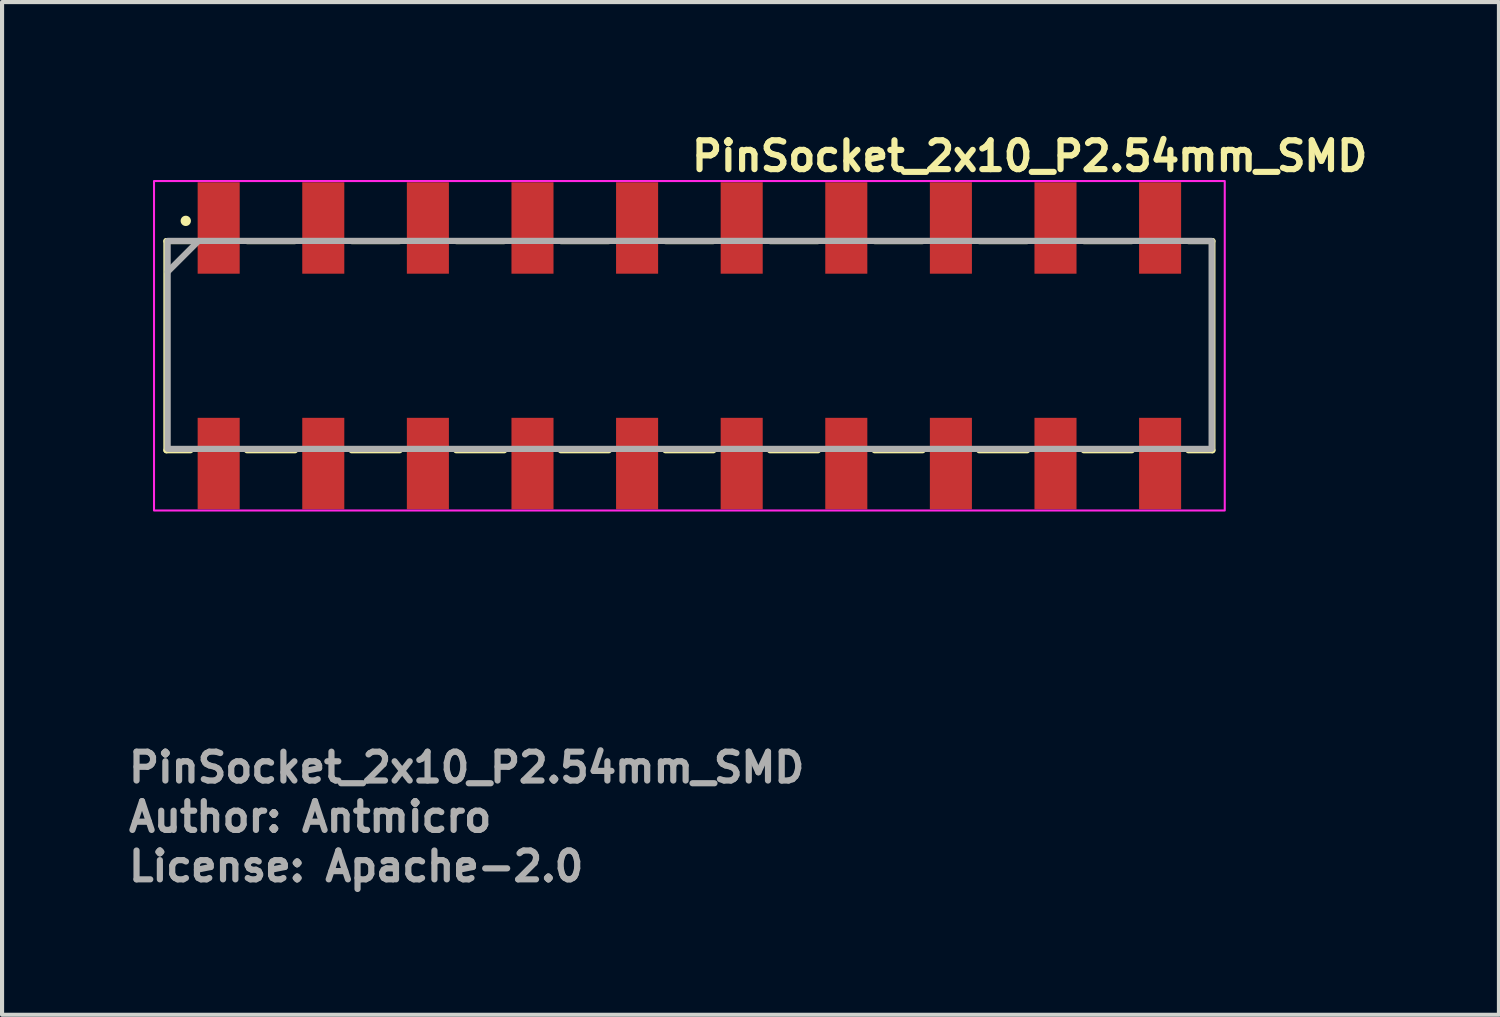
<source format=kicad_pcb>
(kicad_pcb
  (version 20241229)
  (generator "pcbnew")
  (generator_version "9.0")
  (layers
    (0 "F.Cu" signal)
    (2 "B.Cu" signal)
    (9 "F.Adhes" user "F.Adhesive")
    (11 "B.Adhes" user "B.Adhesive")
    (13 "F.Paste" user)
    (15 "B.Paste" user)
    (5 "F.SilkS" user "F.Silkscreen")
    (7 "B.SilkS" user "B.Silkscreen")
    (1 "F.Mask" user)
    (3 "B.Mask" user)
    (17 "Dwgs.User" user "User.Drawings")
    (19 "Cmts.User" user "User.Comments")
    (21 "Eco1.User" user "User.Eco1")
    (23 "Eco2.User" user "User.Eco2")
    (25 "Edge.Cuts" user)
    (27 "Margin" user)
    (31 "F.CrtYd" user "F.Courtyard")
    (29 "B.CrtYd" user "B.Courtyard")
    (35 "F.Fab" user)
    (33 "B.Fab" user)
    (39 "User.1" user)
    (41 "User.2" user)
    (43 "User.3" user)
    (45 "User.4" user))
  (footprint "PinSocket_2x10_P2.54mm_SMD"
    (layer "F.Cu")
    (at 13.69 5.346)
    (property "Reference" "PinSocket_2x10_P2.54mm_SMD" (at -0.019 -4.196 0) (unlocked yes) (layer "F.SilkS") (effects (font (size 0.7 0.7) (thickness 0.15)) (justify left bottom)))
    (attr smd)
    (fp_line (start -12.699 -2.542) (end -12.699 2.537) (stroke (width 0.15) (type solid)) (layer "F.SilkS"))
    (fp_line (start -12.116 -2.542) (end -12.699 -2.542) (stroke (width 0.15) (type solid)) (layer "F.SilkS"))
    (fp_line (start -12.116 2.537) (end -12.699 2.537) (stroke (width 0.15) (type solid)) (layer "F.SilkS"))
    (fp_line (start -9.576 -2.542) (end -10.742 -2.542) (stroke (width 0.15) (type solid)) (layer "F.SilkS"))
    (fp_line (start -9.576 2.537) (end -10.742 2.537) (stroke (width 0.15) (type solid)) (layer "F.SilkS"))
    (fp_line (start -7.036 -2.542) (end -8.202 -2.542) (stroke (width 0.15) (type solid)) (layer "F.SilkS"))
    (fp_line (start -7.036 2.537) (end -8.202 2.537) (stroke (width 0.15) (type solid)) (layer "F.SilkS"))
    (fp_line (start -4.496 -2.542) (end -5.662 -2.542) (stroke (width 0.15) (type solid)) (layer "F.SilkS"))
    (fp_line (start -4.496 2.537) (end -5.662 2.537) (stroke (width 0.15) (type solid)) (layer "F.SilkS"))
    (fp_line (start -1.956 -2.542) (end -3.122 -2.542) (stroke (width 0.15) (type solid)) (layer "F.SilkS"))
    (fp_line (start -1.956 2.537) (end -3.122 2.537) (stroke (width 0.15) (type solid)) (layer "F.SilkS"))
    (fp_line (start 0.583 -2.542) (end -0.582 -2.542) (stroke (width 0.15) (type solid)) (layer "F.SilkS"))
    (fp_line (start 0.583 2.537) (end -0.582 2.537) (stroke (width 0.15) (type solid)) (layer "F.SilkS"))
    (fp_line (start 3.123 -2.542) (end 1.957 -2.542) (stroke (width 0.15) (type solid)) (layer "F.SilkS"))
    (fp_line (start 3.123 2.537) (end 1.957 2.537) (stroke (width 0.15) (type solid)) (layer "F.SilkS"))
    (fp_line (start 5.663 -2.542) (end 4.497 -2.542) (stroke (width 0.15) (type solid)) (layer "F.SilkS"))
    (fp_line (start 5.663 2.537) (end 4.497 2.537) (stroke (width 0.15) (type solid)) (layer "F.SilkS"))
    (fp_line (start 8.203 -2.542) (end 7.037 -2.542) (stroke (width 0.15) (type solid)) (layer "F.SilkS"))
    (fp_line (start 8.203 2.537) (end 7.037 2.537) (stroke (width 0.15) (type solid)) (layer "F.SilkS"))
    (fp_line (start 10.743 -2.542) (end 9.577 -2.542) (stroke (width 0.15) (type solid)) (layer "F.SilkS"))
    (fp_line (start 10.743 2.537) (end 9.577 2.537) (stroke (width 0.15) (type solid)) (layer "F.SilkS"))
    (fp_line (start 12.7 -2.542) (end 12.117 -2.542) (stroke (width 0.15) (type solid)) (layer "F.SilkS"))
    (fp_line (start 12.7 -2.542) (end 12.7 2.537) (stroke (width 0.15) (type solid)) (layer "F.SilkS"))
    (fp_line (start 12.7 2.537) (end 12.117 2.537) (stroke (width 0.15) (type solid)) (layer "F.SilkS"))
    (fp_circle (center -12.229 -3.033) (end -12.279 -3.033) (stroke (width 0.15) (type solid)) (fill yes) (layer "F.SilkS"))
    (fp_rect (start 13 4) (end -13 -4) (stroke (width 0.05) (type solid)) (fill no) (layer "F.CrtYd"))
    (fp_line (start -11.919 -2.546) (end -12.669 -1.796) (stroke (width 0.15) (type solid)) (layer "F.Fab"))
    (fp_rect (start -12.669 -2.546) (end 12.681 2.504) (stroke (width 0.15) (type solid)) (fill no) (layer "F.Fab"))
    (fp_rect (start 12.7 3.525) (end -12.7 -3.525) (stroke (width 0.1) (type solid)) (fill no) (layer "User.5"))
    (fp_line (start -12.702 -2.532) (end -12.702 2.548) (stroke (width 0.02) (type solid)) (layer "User.9"))
    (fp_line (start -12.702 2.548) (end 12.696 2.548) (stroke (width 0.02) (type solid)) (layer "User.9"))
    (fp_line (start -11.877 -1.706) (end -11.877 -0.817) (stroke (width 0.02) (type solid)) (layer "User.9"))
    (fp_line (start -11.877 -0.817) (end -10.988 -0.817) (stroke (width 0.02) (type solid)) (layer "User.9"))
    (fp_line (start -11.877 0.833) (end -11.877 1.722) (stroke (width 0.02) (type solid)) (layer "User.9"))
    (fp_line (start -11.877 1.722) (end -10.988 1.722) (stroke (width 0.02) (type solid)) (layer "User.9"))
    (fp_line (start -11.686 -3.509) (end -11.179 -3.509) (stroke (width 0.02) (type solid)) (layer "User.9"))
    (fp_line (start -11.686 -2.532) (end -11.686 -3.509) (stroke (width 0.02) (type solid)) (layer "User.9"))
    (fp_line (start -11.686 -1.706) (end -10.988 -1.706) (stroke (width 0.02) (type solid)) (layer "User.9"))
    (fp_line (start -11.686 1.722) (end -10.988 1.722) (stroke (width 0.02) (type solid)) (layer "User.9"))
    (fp_line (start -11.686 3.525) (end -11.686 2.548) (stroke (width 0.02) (type solid)) (layer "User.9"))
    (fp_line (start -11.686 3.525) (end -11.179 3.525) (stroke (width 0.02) (type solid)) (layer "User.9"))
    (fp_line (start -11.179 -3.509) (end -11.179 -2.532) (stroke (width 0.02) (type solid)) (layer "User.9"))
    (fp_line (start -11.179 2.548) (end -11.179 3.525) (stroke (width 0.02) (type solid)) (layer "User.9"))
    (fp_line (start -10.988 -1.706) (end -11.877 -1.706) (stroke (width 0.02) (type solid)) (layer "User.9"))
    (fp_line (start -10.988 -0.817) (end -10.988 -1.706) (stroke (width 0.02) (type solid)) (layer "User.9"))
    (fp_line (start -10.988 0.833) (end -11.877 0.833) (stroke (width 0.02) (type solid)) (layer "User.9"))
    (fp_line (start -10.988 1.722) (end -10.988 0.833) (stroke (width 0.02) (type solid)) (layer "User.9"))
    (fp_line (start -10.353 0.77) (end -10.353 -0.754) (stroke (width 0.02) (type solid)) (layer "User.9"))
    (fp_line (start -9.972 -0.754) (end -10.353 -0.754) (stroke (width 0.02) (type solid)) (layer "User.9"))
    (fp_line (start -9.972 -0.754) (end -9.972 0.77) (stroke (width 0.02) (type solid)) (layer "User.9"))
    (fp_line (start -9.972 0.77) (end -10.353 0.77) (stroke (width 0.02) (type solid)) (layer "User.9"))
    (fp_line (start -9.337 -1.706) (end -9.337 -0.817) (stroke (width 0.02) (type solid)) (layer "User.9"))
    (fp_line (start -9.337 -1.706) (end -8.448 -1.706) (stroke (width 0.02) (type solid)) (layer "User.9"))
    (fp_line (start -9.337 -0.817) (end -8.448 -0.817) (stroke (width 0.02) (type solid)) (layer "User.9"))
    (fp_line (start -9.337 0.833) (end -9.337 1.722) (stroke (width 0.02) (type solid)) (layer "User.9"))
    (fp_line (start -9.337 1.722) (end -8.448 1.722) (stroke (width 0.02) (type solid)) (layer "User.9"))
    (fp_line (start -9.337 1.722) (end -8.448 1.722) (stroke (width 0.02) (type solid)) (layer "User.9"))
    (fp_line (start -9.147 -3.509) (end -8.638 -3.509) (stroke (width 0.02) (type solid)) (layer "User.9"))
    (fp_line (start -9.147 -2.532) (end -9.147 -3.509) (stroke (width 0.02) (type solid)) (layer "User.9"))
    (fp_line (start -9.147 3.525) (end -9.147 2.548) (stroke (width 0.02) (type solid)) (layer "User.9"))
    (fp_line (start -9.147 3.525) (end -8.638 3.525) (stroke (width 0.02) (type solid)) (layer "User.9"))
    (fp_line (start -8.638 -3.509) (end -8.638 -2.532) (stroke (width 0.02) (type solid)) (layer "User.9"))
    (fp_line (start -8.638 2.548) (end -8.638 3.525) (stroke (width 0.02) (type solid)) (layer "User.9"))
    (fp_line (start -8.448 -1.706) (end -9.337 -1.706) (stroke (width 0.02) (type solid)) (layer "User.9"))
    (fp_line (start -8.448 -0.817) (end -8.448 -1.706) (stroke (width 0.02) (type solid)) (layer "User.9"))
    (fp_line (start -8.448 0.833) (end -9.337 0.833) (stroke (width 0.02) (type solid)) (layer "User.9"))
    (fp_line (start -8.448 1.722) (end -8.448 0.833) (stroke (width 0.02) (type solid)) (layer "User.9"))
    (fp_line (start -7.813 0.77) (end -7.813 -0.754) (stroke (width 0.02) (type solid)) (layer "User.9"))
    (fp_line (start -7.432 -0.754) (end -7.813 -0.754) (stroke (width 0.02) (type solid)) (layer "User.9"))
    (fp_line (start -7.432 -0.754) (end -7.432 0.77) (stroke (width 0.02) (type solid)) (layer "User.9"))
    (fp_line (start -7.432 0.77) (end -7.813 0.77) (stroke (width 0.02) (type solid)) (layer "User.9"))
    (fp_line (start -6.797 -1.706) (end -6.797 -0.817) (stroke (width 0.02) (type solid)) (layer "User.9"))
    (fp_line (start -6.797 -1.706) (end -5.908 -1.706) (stroke (width 0.02) (type solid)) (layer "User.9"))
    (fp_line (start -6.797 -0.817) (end -5.908 -0.817) (stroke (width 0.02) (type solid)) (layer "User.9"))
    (fp_line (start -6.797 0.833) (end -6.797 1.722) (stroke (width 0.02) (type solid)) (layer "User.9"))
    (fp_line (start -6.797 1.722) (end -5.908 1.722) (stroke (width 0.02) (type solid)) (layer "User.9"))
    (fp_line (start -6.797 1.722) (end -5.908 1.722) (stroke (width 0.02) (type solid)) (layer "User.9"))
    (fp_line (start -6.607 -3.509) (end -6.099 -3.509) (stroke (width 0.02) (type solid)) (layer "User.9"))
    (fp_line (start -6.607 -2.532) (end -6.607 -3.509) (stroke (width 0.02) (type solid)) (layer "User.9"))
    (fp_line (start -6.607 3.525) (end -6.607 2.548) (stroke (width 0.02) (type solid)) (layer "User.9"))
    (fp_line (start -6.607 3.525) (end -6.099 3.525) (stroke (width 0.02) (type solid)) (layer "User.9"))
    (fp_line (start -6.099 -3.509) (end -6.099 -2.532) (stroke (width 0.02) (type solid)) (layer "User.9"))
    (fp_line (start -6.099 2.548) (end -6.099 3.525) (stroke (width 0.02) (type solid)) (layer "User.9"))
    (fp_line (start -5.908 -1.706) (end -6.797 -1.706) (stroke (width 0.02) (type solid)) (layer "User.9"))
    (fp_line (start -5.908 -0.817) (end -5.908 -1.706) (stroke (width 0.02) (type solid)) (layer "User.9"))
    (fp_line (start -5.908 0.833) (end -6.797 0.833) (stroke (width 0.02) (type solid)) (layer "User.9"))
    (fp_line (start -5.908 1.722) (end -5.908 0.833) (stroke (width 0.02) (type solid)) (layer "User.9"))
    (fp_line (start -5.273 0.77) (end -5.273 -0.754) (stroke (width 0.02) (type solid)) (layer "User.9"))
    (fp_line (start -5.019 -2.468) (end -5.019 2.484) (stroke (width 0.02) (type solid)) (layer "User.9"))
    (fp_line (start -5.019 -0.754) (end -5.273 -0.754) (stroke (width 0.02) (type solid)) (layer "User.9"))
    (fp_line (start -5.019 0.77) (end -5.273 0.77) (stroke (width 0.02) (type solid)) (layer "User.9"))
    (fp_line (start -5.019 2.484) (end 5.013 2.484) (stroke (width 0.02) (type solid)) (layer "User.9"))
    (fp_line (start -4.067 -3.509) (end -3.559 -3.509) (stroke (width 0.02) (type solid)) (layer "User.9"))
    (fp_line (start -4.067 -2.532) (end -4.067 -3.509) (stroke (width 0.02) (type solid)) (layer "User.9"))
    (fp_line (start -4.067 3.525) (end -4.067 2.548) (stroke (width 0.02) (type solid)) (layer "User.9"))
    (fp_line (start -4.067 3.525) (end -3.559 3.525) (stroke (width 0.02) (type solid)) (layer "User.9"))
    (fp_line (start -3.559 -3.509) (end -3.559 -2.532) (stroke (width 0.02) (type solid)) (layer "User.9"))
    (fp_line (start -3.559 2.548) (end -3.559 3.525) (stroke (width 0.02) (type solid)) (layer "User.9"))
    (fp_line (start -1.527 -3.509) (end -1.019 -3.509) (stroke (width 0.02) (type solid)) (layer "User.9"))
    (fp_line (start -1.527 -2.532) (end -1.527 -3.509) (stroke (width 0.02) (type solid)) (layer "User.9"))
    (fp_line (start -1.527 3.525) (end -1.527 2.548) (stroke (width 0.02) (type solid)) (layer "User.9"))
    (fp_line (start -1.527 3.525) (end -1.019 3.525) (stroke (width 0.02) (type solid)) (layer "User.9"))
    (fp_line (start -1.019 -3.509) (end -1.019 -2.532) (stroke (width 0.02) (type solid)) (layer "User.9"))
    (fp_line (start -1.019 2.548) (end -1.019 3.525) (stroke (width 0.02) (type solid)) (layer "User.9"))
    (fp_line (start 1.013 -3.509) (end 1.521 -3.509) (stroke (width 0.02) (type solid)) (layer "User.9"))
    (fp_line (start 1.013 -2.532) (end 1.013 -3.509) (stroke (width 0.02) (type solid)) (layer "User.9"))
    (fp_line (start 1.013 3.525) (end 1.013 2.548) (stroke (width 0.02) (type solid)) (layer "User.9"))
    (fp_line (start 1.013 3.525) (end 1.521 3.525) (stroke (width 0.02) (type solid)) (layer "User.9"))
    (fp_line (start 1.521 -3.509) (end 1.521 -2.532) (stroke (width 0.02) (type solid)) (layer "User.9"))
    (fp_line (start 1.521 2.548) (end 1.521 3.525) (stroke (width 0.02) (type solid)) (layer "User.9"))
    (fp_line (start 3.553 -3.509) (end 4.061 -3.509) (stroke (width 0.02) (type solid)) (layer "User.9"))
    (fp_line (start 3.553 -2.532) (end 3.553 -3.509) (stroke (width 0.02) (type solid)) (layer "User.9"))
    (fp_line (start 3.553 3.525) (end 3.553 2.548) (stroke (width 0.02) (type solid)) (layer "User.9"))
    (fp_line (start 3.553 3.525) (end 4.061 3.525) (stroke (width 0.02) (type solid)) (layer "User.9"))
    (fp_line (start 3.87 -2.468) (end -5.019 -2.468) (stroke (width 0.02) (type solid)) (layer "User.9"))
    (fp_line (start 4.061 -3.509) (end 4.061 -2.532) (stroke (width 0.02) (type solid)) (layer "User.9"))
    (fp_line (start 4.061 2.548) (end 4.061 3.525) (stroke (width 0.02) (type solid)) (layer "User.9"))
    (fp_line (start 5.013 -1.325) (end 3.87 -2.468) (stroke (width 0.02) (type solid)) (layer "User.9"))
    (fp_line (start 5.013 2.484) (end 5.013 -1.325) (stroke (width 0.02) (type solid)) (layer "User.9"))
    (fp_line (start 5.267 -0.754) (end 5.013 -0.754) (stroke (width 0.02) (type solid)) (layer "User.9"))
    (fp_line (start 5.267 -0.754) (end 5.267 0.77) (stroke (width 0.02) (type solid)) (layer "User.9"))
    (fp_line (start 5.267 0.77) (end 5.013 0.77) (stroke (width 0.02) (type solid)) (layer "User.9"))
    (fp_line (start 5.902 -1.706) (end 5.902 -0.817) (stroke (width 0.02) (type solid)) (layer "User.9"))
    (fp_line (start 5.902 -1.706) (end 6.791 -1.706) (stroke (width 0.02) (type solid)) (layer "User.9"))
    (fp_line (start 5.902 -0.817) (end 6.791 -0.817) (stroke (width 0.02) (type solid)) (layer "User.9"))
    (fp_line (start 5.902 0.833) (end 5.902 1.722) (stroke (width 0.02) (type solid)) (layer "User.9"))
    (fp_line (start 5.902 1.722) (end 6.791 1.722) (stroke (width 0.02) (type solid)) (layer "User.9"))
    (fp_line (start 5.902 1.722) (end 6.791 1.722) (stroke (width 0.02) (type solid)) (layer "User.9"))
    (fp_line (start 6.093 -3.509) (end 6.601 -3.509) (stroke (width 0.02) (type solid)) (layer "User.9"))
    (fp_line (start 6.093 -2.532) (end 6.093 -3.509) (stroke (width 0.02) (type solid)) (layer "User.9"))
    (fp_line (start 6.093 3.525) (end 6.093 2.548) (stroke (width 0.02) (type solid)) (layer "User.9"))
    (fp_line (start 6.093 3.525) (end 6.601 3.525) (stroke (width 0.02) (type solid)) (layer "User.9"))
    (fp_line (start 6.601 -3.509) (end 6.601 -2.532) (stroke (width 0.02) (type solid)) (layer "User.9"))
    (fp_line (start 6.601 2.548) (end 6.601 3.525) (stroke (width 0.02) (type solid)) (layer "User.9"))
    (fp_line (start 6.791 -1.706) (end 5.902 -1.706) (stroke (width 0.02) (type solid)) (layer "User.9"))
    (fp_line (start 6.791 -0.817) (end 6.791 -1.706) (stroke (width 0.02) (type solid)) (layer "User.9"))
    (fp_line (start 6.791 0.833) (end 5.902 0.833) (stroke (width 0.02) (type solid)) (layer "User.9"))
    (fp_line (start 6.791 1.722) (end 6.791 0.833) (stroke (width 0.02) (type solid)) (layer "User.9"))
    (fp_line (start 7.426 0.77) (end 7.426 -0.754) (stroke (width 0.02) (type solid)) (layer "User.9"))
    (fp_line (start 7.807 -0.754) (end 7.426 -0.754) (stroke (width 0.02) (type solid)) (layer "User.9"))
    (fp_line (start 7.807 -0.754) (end 7.807 0.77) (stroke (width 0.02) (type solid)) (layer "User.9"))
    (fp_line (start 7.807 0.77) (end 7.426 0.77) (stroke (width 0.02) (type solid)) (layer "User.9"))
    (fp_line (start 8.442 -1.706) (end 8.442 -0.817) (stroke (width 0.02) (type solid)) (layer "User.9"))
    (fp_line (start 8.442 -1.706) (end 9.331 -1.706) (stroke (width 0.02) (type solid)) (layer "User.9"))
    (fp_line (start 8.442 -0.817) (end 9.331 -0.817) (stroke (width 0.02) (type solid)) (layer "User.9"))
    (fp_line (start 8.442 0.833) (end 8.442 1.722) (stroke (width 0.02) (type solid)) (layer "User.9"))
    (fp_line (start 8.442 1.722) (end 9.331 1.722) (stroke (width 0.02) (type solid)) (layer "User.9"))
    (fp_line (start 8.442 1.722) (end 9.331 1.722) (stroke (width 0.02) (type solid)) (layer "User.9"))
    (fp_line (start 8.632 -3.509) (end 9.141 -3.509) (stroke (width 0.02) (type solid)) (layer "User.9"))
    (fp_line (start 8.632 -2.532) (end 8.632 -3.509) (stroke (width 0.02) (type solid)) (layer "User.9"))
    (fp_line (start 8.632 3.525) (end 8.632 2.548) (stroke (width 0.02) (type solid)) (layer "User.9"))
    (fp_line (start 8.632 3.525) (end 9.141 3.525) (stroke (width 0.02) (type solid)) (layer "User.9"))
    (fp_line (start 9.141 -3.509) (end 9.141 -2.532) (stroke (width 0.02) (type solid)) (layer "User.9"))
    (fp_line (start 9.141 2.548) (end 9.141 3.525) (stroke (width 0.02) (type solid)) (layer "User.9"))
    (fp_line (start 9.331 -1.706) (end 8.442 -1.706) (stroke (width 0.02) (type solid)) (layer "User.9"))
    (fp_line (start 9.331 -0.817) (end 9.331 -1.706) (stroke (width 0.02) (type solid)) (layer "User.9"))
    (fp_line (start 9.331 0.833) (end 8.442 0.833) (stroke (width 0.02) (type solid)) (layer "User.9"))
    (fp_line (start 9.331 1.722) (end 9.331 0.833) (stroke (width 0.02) (type solid)) (layer "User.9"))
    (fp_line (start 9.966 0.77) (end 9.966 -0.754) (stroke (width 0.02) (type solid)) (layer "User.9"))
    (fp_line (start 10.347 -0.754) (end 9.966 -0.754) (stroke (width 0.02) (type solid)) (layer "User.9"))
    (fp_line (start 10.347 -0.754) (end 10.347 0.77) (stroke (width 0.02) (type solid)) (layer "User.9"))
    (fp_line (start 10.347 0.77) (end 9.966 0.77) (stroke (width 0.02) (type solid)) (layer "User.9"))
    (fp_line (start 10.982 -1.706) (end 10.982 -0.817) (stroke (width 0.02) (type solid)) (layer "User.9"))
    (fp_line (start 10.982 -1.706) (end 11.68 -1.706) (stroke (width 0.02) (type solid)) (layer "User.9"))
    (fp_line (start 10.982 -0.817) (end 11.871 -0.817) (stroke (width 0.02) (type solid)) (layer "User.9"))
    (fp_line (start 10.982 0.833) (end 10.982 1.722) (stroke (width 0.02) (type solid)) (layer "User.9"))
    (fp_line (start 10.982 1.722) (end 11.68 1.722) (stroke (width 0.02) (type solid)) (layer "User.9"))
    (fp_line (start 10.982 1.722) (end 11.871 1.722) (stroke (width 0.02) (type solid)) (layer "User.9"))
    (fp_line (start 11.173 -3.509) (end 11.68 -3.509) (stroke (width 0.02) (type solid)) (layer "User.9"))
    (fp_line (start 11.173 -2.532) (end 11.173 -3.509) (stroke (width 0.02) (type solid)) (layer "User.9"))
    (fp_line (start 11.173 3.525) (end 11.173 2.548) (stroke (width 0.02) (type solid)) (layer "User.9"))
    (fp_line (start 11.173 3.525) (end 11.68 3.525) (stroke (width 0.02) (type solid)) (layer "User.9"))
    (fp_line (start 11.68 -2.532) (end 11.68 -3.509) (stroke (width 0.02) (type solid)) (layer "User.9"))
    (fp_line (start 11.68 3.525) (end 11.68 2.548) (stroke (width 0.02) (type solid)) (layer "User.9"))
    (fp_line (start 11.871 -1.706) (end 10.982 -1.706) (stroke (width 0.02) (type solid)) (layer "User.9"))
    (fp_line (start 11.871 -0.817) (end 11.871 -1.706) (stroke (width 0.02) (type solid)) (layer "User.9"))
    (fp_line (start 11.871 0.833) (end 10.982 0.833) (stroke (width 0.02) (type solid)) (layer "User.9"))
    (fp_line (start 11.871 1.722) (end 11.871 0.833) (stroke (width 0.02) (type solid)) (layer "User.9"))
    (fp_line (start 12.696 -2.532) (end -12.702 -2.532) (stroke (width 0.02) (type solid)) (layer "User.9"))
    (fp_line (start 12.696 2.548) (end 12.696 -2.532) (stroke (width 0.02) (type solid)) (layer "User.9"))
    (fp_text user "Author: Antmicro" (at -13.69 11.85 0) (layer "F.Fab") (effects (font (size 0.7 0.7) (thickness 0.15)) (justify left bottom)))
    (fp_text user "${REFERENCE}" (at -13.69 10.65 0) (unlocked yes) (layer "F.Fab") (effects (font (size 0.7 0.7) (thickness 0.15)) (justify left bottom)))
    (fp_text user "License: Apache-2.0" (at -13.69 13.05 0) (layer "F.Fab") (effects (font (size 0.7 0.7) (thickness 0.15)) (justify left bottom)))
    (pad "1" smd rect (at -11.43 -2.86 180) (size 1.021 2.22) (layers "F.Cu" "F.Mask" "F.Paste"))
    (pad "2" smd rect (at -11.43 2.86 180) (size 1.021 2.22) (layers "F.Cu" "F.Mask" "F.Paste"))
    (pad "3" smd rect (at -8.89 -2.86 180) (size 1.021 2.22) (layers "F.Cu" "F.Mask" "F.Paste"))
    (pad "4" smd rect (at -8.89 2.86 180) (size 1.021 2.22) (layers "F.Cu" "F.Mask" "F.Paste"))
    (pad "5" smd rect (at -6.35 -2.86 180) (size 1.021 2.22) (layers "F.Cu" "F.Mask" "F.Paste"))
    (pad "6" smd rect (at -6.35 2.86 180) (size 1.021 2.22) (layers "F.Cu" "F.Mask" "F.Paste"))
    (pad "7" smd rect (at -3.81 -2.86 180) (size 1.021 2.22) (layers "F.Cu" "F.Mask" "F.Paste"))
    (pad "8" smd rect (at -3.81 2.86 180) (size 1.021 2.22) (layers "F.Cu" "F.Mask" "F.Paste"))
    (pad "9" smd rect (at -1.27 -2.86 180) (size 1.021 2.22) (layers "F.Cu" "F.Mask" "F.Paste"))
    (pad "10" smd rect (at -1.27 2.86 180) (size 1.021 2.22) (layers "F.Cu" "F.Mask" "F.Paste"))
    (pad "11" smd rect (at 1.27 -2.86 180) (size 1.021 2.22) (layers "F.Cu" "F.Mask" "F.Paste"))
    (pad "12" smd rect (at 1.27 2.86 180) (size 1.021 2.22) (layers "F.Cu" "F.Mask" "F.Paste"))
    (pad "13" smd rect (at 3.81 -2.86 180) (size 1.021 2.22) (layers "F.Cu" "F.Mask" "F.Paste"))
    (pad "14" smd rect (at 3.81 2.86 180) (size 1.021 2.22) (layers "F.Cu" "F.Mask" "F.Paste"))
    (pad "15" smd rect (at 6.35 -2.86 180) (size 1.021 2.22) (layers "F.Cu" "F.Mask" "F.Paste"))
    (pad "16" smd rect (at 6.35 2.86 180) (size 1.021 2.22) (layers "F.Cu" "F.Mask" "F.Paste"))
    (pad "17" smd rect (at 8.89 -2.86 180) (size 1.021 2.22) (layers "F.Cu" "F.Mask" "F.Paste"))
    (pad "18" smd rect (at 8.89 2.86 180) (size 1.021 2.22) (layers "F.Cu" "F.Mask" "F.Paste"))
    (pad "19" smd rect (at 11.43 -2.86 180) (size 1.021 2.22) (layers "F.Cu" "F.Mask" "F.Paste"))
    (pad "20" smd rect (at 11.43 2.86 180) (size 1.021 2.22) (layers "F.Cu" "F.Mask" "F.Paste")))
  (gr_rect
    (start -3 -3)
    (end 33.348 21.591)
    (stroke (width 0.1) (type default))
    (fill no)
    (layer "Edge.Cuts")))
</source>
